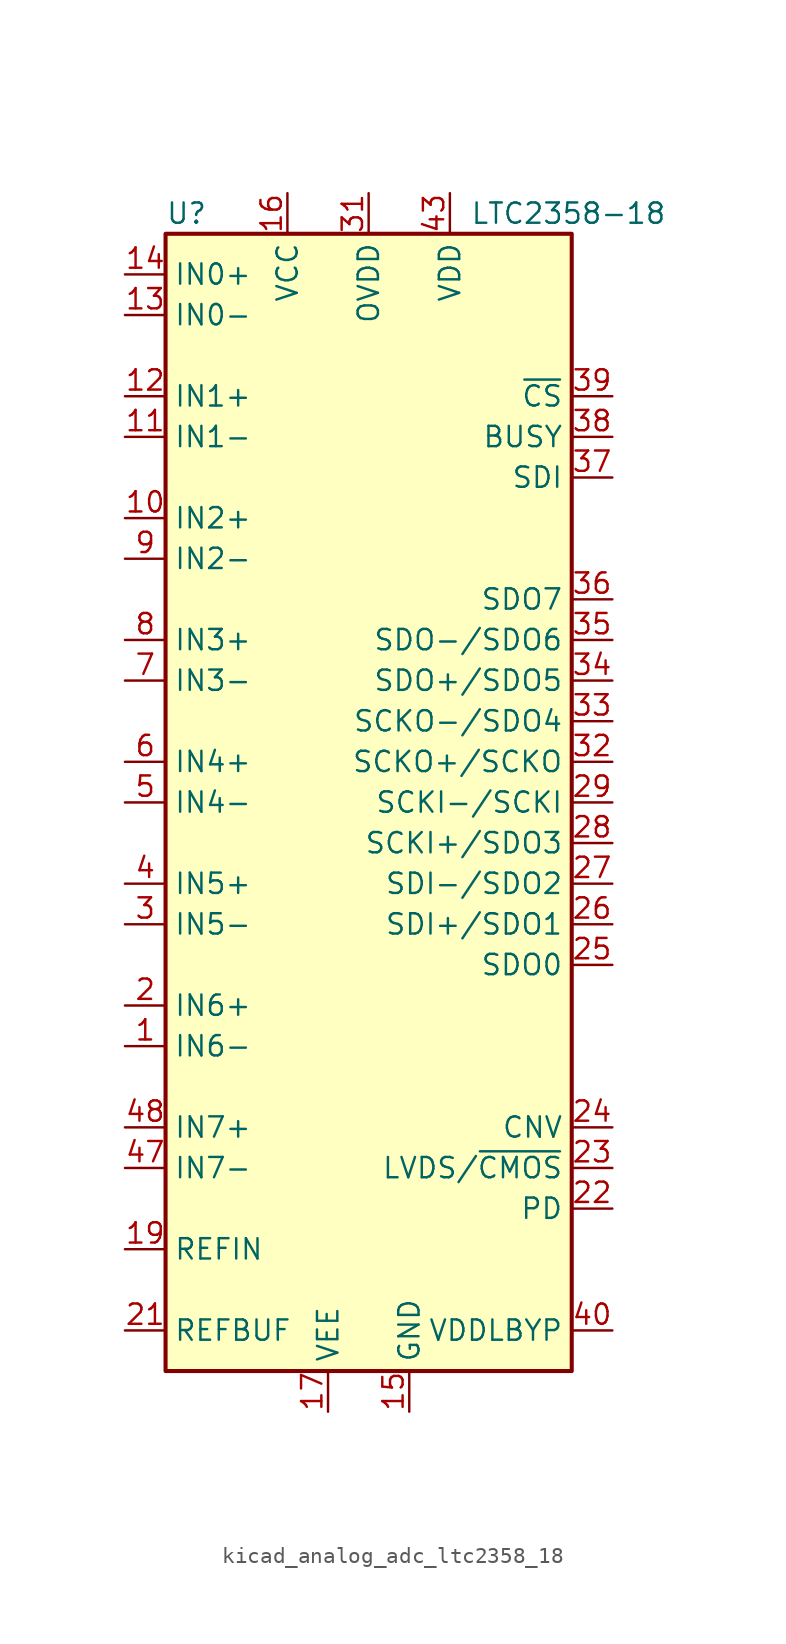
<source format=kicad_sym>
(kicad_symbol_lib
  (version 20220914)
  (generator kicad_symbol_editor)
  (symbol "kicad_analog_adc_ltc2358_18"
    (property "Reference" "U"
      (at -12.7 36.83 0)
      (effects (font (size 1.27 1.27)) (justify left)))
    (property "Value" "LTC2358-18"
      (at 6.35 36.83 0)
      (effects (font (size 1.27 1.27)) (justify left)))
    (symbol "kicad_analog_adc_ltc2358_18_0_1"
      (rectangle (start -12.7 35.56) (end 12.7 -35.56) (stroke (width 0.254) (type default)) (fill (type background))))
    (symbol "kicad_analog_adc_ltc2358_18_1_1"
      (pin input line (at -15.24 -15.24 0) (length 2.54) (name "IN6-" (effects (font (size 1.27 1.27)))) (number "1" (effects (font (size 1.27 1.27)))))
      (pin input line (at -15.24 17.78 0) (length 2.54) (name "IN2+" (effects (font (size 1.27 1.27)))) (number "10" (effects (font (size 1.27 1.27)))))
      (pin input line (at -15.24 22.86 0) (length 2.54) (name "IN1-" (effects (font (size 1.27 1.27)))) (number "11" (effects (font (size 1.27 1.27)))))
      (pin input line (at -15.24 25.4 0) (length 2.54) (name "IN1+" (effects (font (size 1.27 1.27)))) (number "12" (effects (font (size 1.27 1.27)))))
      (pin input line (at -15.24 30.48 0) (length 2.54) (name "IN0-" (effects (font (size 1.27 1.27)))) (number "13" (effects (font (size 1.27 1.27)))))
      (pin input line (at -15.24 33.02 0) (length 2.54) (name "IN0+" (effects (font (size 1.27 1.27)))) (number "14" (effects (font (size 1.27 1.27)))))
      (pin power_in line (at 2.54 -38.1 90) (length 2.54) (name "GND" (effects (font (size 1.27 1.27)))) (number "15" (effects (font (size 1.27 1.27)))))
      (pin power_in line (at -5.08 38.1 270) (length 2.54) (name "VCC" (effects (font (size 1.27 1.27)))) (number "16" (effects (font (size 1.27 1.27)))))
      (pin power_in line (at -2.54 -38.1 90) (length 2.54) (name "VEE" (effects (font (size 1.27 1.27)))) (number "17" (effects (font (size 1.27 1.27)))))
      (pin passive line (at 2.54 -38.1 90) (length 2.54) hide (name "GND" (effects (font (size 1.27 1.27)))) (number "18" (effects (font (size 1.27 1.27)))))
      (pin passive line (at -15.24 -27.94 0) (length 2.54) (name "REFIN" (effects (font (size 1.27 1.27)))) (number "19" (effects (font (size 1.27 1.27)))))
      (pin input line (at -15.24 -12.7 0) (length 2.54) (name "IN6+" (effects (font (size 1.27 1.27)))) (number "2" (effects (font (size 1.27 1.27)))))
      (pin passive line (at 2.54 -38.1 90) (length 2.54) hide (name "GND" (effects (font (size 1.27 1.27)))) (number "20" (effects (font (size 1.27 1.27)))))
      (pin passive line (at -15.24 -33.02 0) (length 2.54) (name "REFBUF" (effects (font (size 1.27 1.27)))) (number "21" (effects (font (size 1.27 1.27)))))
      (pin input line (at 15.24 -25.4 180) (length 2.54) (name "PD" (effects (font (size 1.27 1.27)))) (number "22" (effects (font (size 1.27 1.27)))))
      (pin input line (at 15.24 -22.86 180) (length 2.54) (name "LVDS/~{CMOS}" (effects (font (size 1.27 1.27)))) (number "23" (effects (font (size 1.27 1.27)))))
      (pin input line (at 15.24 -20.32 180) (length 2.54) (name "CNV" (effects (font (size 1.27 1.27)))) (number "24" (effects (font (size 1.27 1.27)))))
      (pin tri_state line (at 15.24 -10.16 180) (length 2.54) (name "SDO0" (effects (font (size 1.27 1.27)))) (number "25" (effects (font (size 1.27 1.27)))))
      (pin bidirectional line (at 15.24 -7.62 180) (length 2.54) (name "SDI+/SDO1" (effects (font (size 1.27 1.27)))) (number "26" (effects (font (size 1.27 1.27)))))
      (pin bidirectional line (at 15.24 -5.08 180) (length 2.54) (name "SDI-/SDO2" (effects (font (size 1.27 1.27)))) (number "27" (effects (font (size 1.27 1.27)))))
      (pin bidirectional line (at 15.24 -2.54 180) (length 2.54) (name "SCKI+/SDO3" (effects (font (size 1.27 1.27)))) (number "28" (effects (font (size 1.27 1.27)))))
      (pin input line (at 15.24 0 180) (length 2.54) (name "SCKI-/SCKI" (effects (font (size 1.27 1.27)))) (number "29" (effects (font (size 1.27 1.27)))))
      (pin input line (at -15.24 -7.62 0) (length 2.54) (name "IN5-" (effects (font (size 1.27 1.27)))) (number "3" (effects (font (size 1.27 1.27)))))
      (pin passive line (at 2.54 -38.1 90) (length 2.54) hide (name "GND" (effects (font (size 1.27 1.27)))) (number "30" (effects (font (size 1.27 1.27)))))
      (pin power_in line (at 0 38.1 270) (length 2.54) (name "OVDD" (effects (font (size 1.27 1.27)))) (number "31" (effects (font (size 1.27 1.27)))))
      (pin tri_state line (at 15.24 2.54 180) (length 2.54) (name "SCKO+/SCKO" (effects (font (size 1.27 1.27)))) (number "32" (effects (font (size 1.27 1.27)))))
      (pin tri_state line (at 15.24 5.08 180) (length 2.54) (name "SCKO-/SDO4" (effects (font (size 1.27 1.27)))) (number "33" (effects (font (size 1.27 1.27)))))
      (pin tri_state line (at 15.24 7.62 180) (length 2.54) (name "SDO+/SDO5" (effects (font (size 1.27 1.27)))) (number "34" (effects (font (size 1.27 1.27)))))
      (pin tri_state line (at 15.24 10.16 180) (length 2.54) (name "SDO-/SDO6" (effects (font (size 1.27 1.27)))) (number "35" (effects (font (size 1.27 1.27)))))
      (pin tri_state line (at 15.24 12.7 180) (length 2.54) (name "SDO7" (effects (font (size 1.27 1.27)))) (number "36" (effects (font (size 1.27 1.27)))))
      (pin input line (at 15.24 20.32 180) (length 2.54) (name "SDI" (effects (font (size 1.27 1.27)))) (number "37" (effects (font (size 1.27 1.27)))))
      (pin output line (at 15.24 22.86 180) (length 2.54) (name "BUSY" (effects (font (size 1.27 1.27)))) (number "38" (effects (font (size 1.27 1.27)))))
      (pin input line (at 15.24 25.4 180) (length 2.54) (name "~{CS}" (effects (font (size 1.27 1.27)))) (number "39" (effects (font (size 1.27 1.27)))))
      (pin input line (at -15.24 -5.08 0) (length 2.54) (name "IN5+" (effects (font (size 1.27 1.27)))) (number "4" (effects (font (size 1.27 1.27)))))
      (pin passive line (at 15.24 -33.02 180) (length 2.54) (name "VDDLBYP" (effects (font (size 1.27 1.27)))) (number "40" (effects (font (size 1.27 1.27)))))
      (pin passive line (at 2.54 -38.1 90) (length 2.54) hide (name "GND" (effects (font (size 1.27 1.27)))) (number "41" (effects (font (size 1.27 1.27)))))
      (pin passive line (at 5.08 38.1 270) (length 2.54) hide (name "VDD" (effects (font (size 1.27 1.27)))) (number "42" (effects (font (size 1.27 1.27)))))
      (pin power_in line (at 5.08 38.1 270) (length 2.54) (name "VDD" (effects (font (size 1.27 1.27)))) (number "43" (effects (font (size 1.27 1.27)))))
      (pin passive line (at 2.54 -38.1 90) (length 2.54) hide (name "GND" (effects (font (size 1.27 1.27)))) (number "44" (effects (font (size 1.27 1.27)))))
      (pin passive line (at -2.54 -38.1 90) (length 2.54) hide (name "VEE" (effects (font (size 1.27 1.27)))) (number "45" (effects (font (size 1.27 1.27)))))
      (pin passive line (at 2.54 -38.1 90) (length 2.54) hide (name "GND" (effects (font (size 1.27 1.27)))) (number "46" (effects (font (size 1.27 1.27)))))
      (pin input line (at -15.24 -22.86 0) (length 2.54) (name "IN7-" (effects (font (size 1.27 1.27)))) (number "47" (effects (font (size 1.27 1.27)))))
      (pin input line (at -15.24 -20.32 0) (length 2.54) (name "IN7+" (effects (font (size 1.27 1.27)))) (number "48" (effects (font (size 1.27 1.27)))))
      (pin input line (at -15.24 0 0) (length 2.54) (name "IN4-" (effects (font (size 1.27 1.27)))) (number "5" (effects (font (size 1.27 1.27)))))
      (pin input line (at -15.24 2.54 0) (length 2.54) (name "IN4+" (effects (font (size 1.27 1.27)))) (number "6" (effects (font (size 1.27 1.27)))))
      (pin input line (at -15.24 7.62 0) (length 2.54) (name "IN3-" (effects (font (size 1.27 1.27)))) (number "7" (effects (font (size 1.27 1.27)))))
      (pin input line (at -15.24 10.16 0) (length 2.54) (name "IN3+" (effects (font (size 1.27 1.27)))) (number "8" (effects (font (size 1.27 1.27)))))
      (pin input line (at -15.24 15.24 0) (length 2.54) (name "IN2-" (effects (font (size 1.27 1.27)))) (number "9" (effects (font (size 1.27 1.27))))))))
</source>
